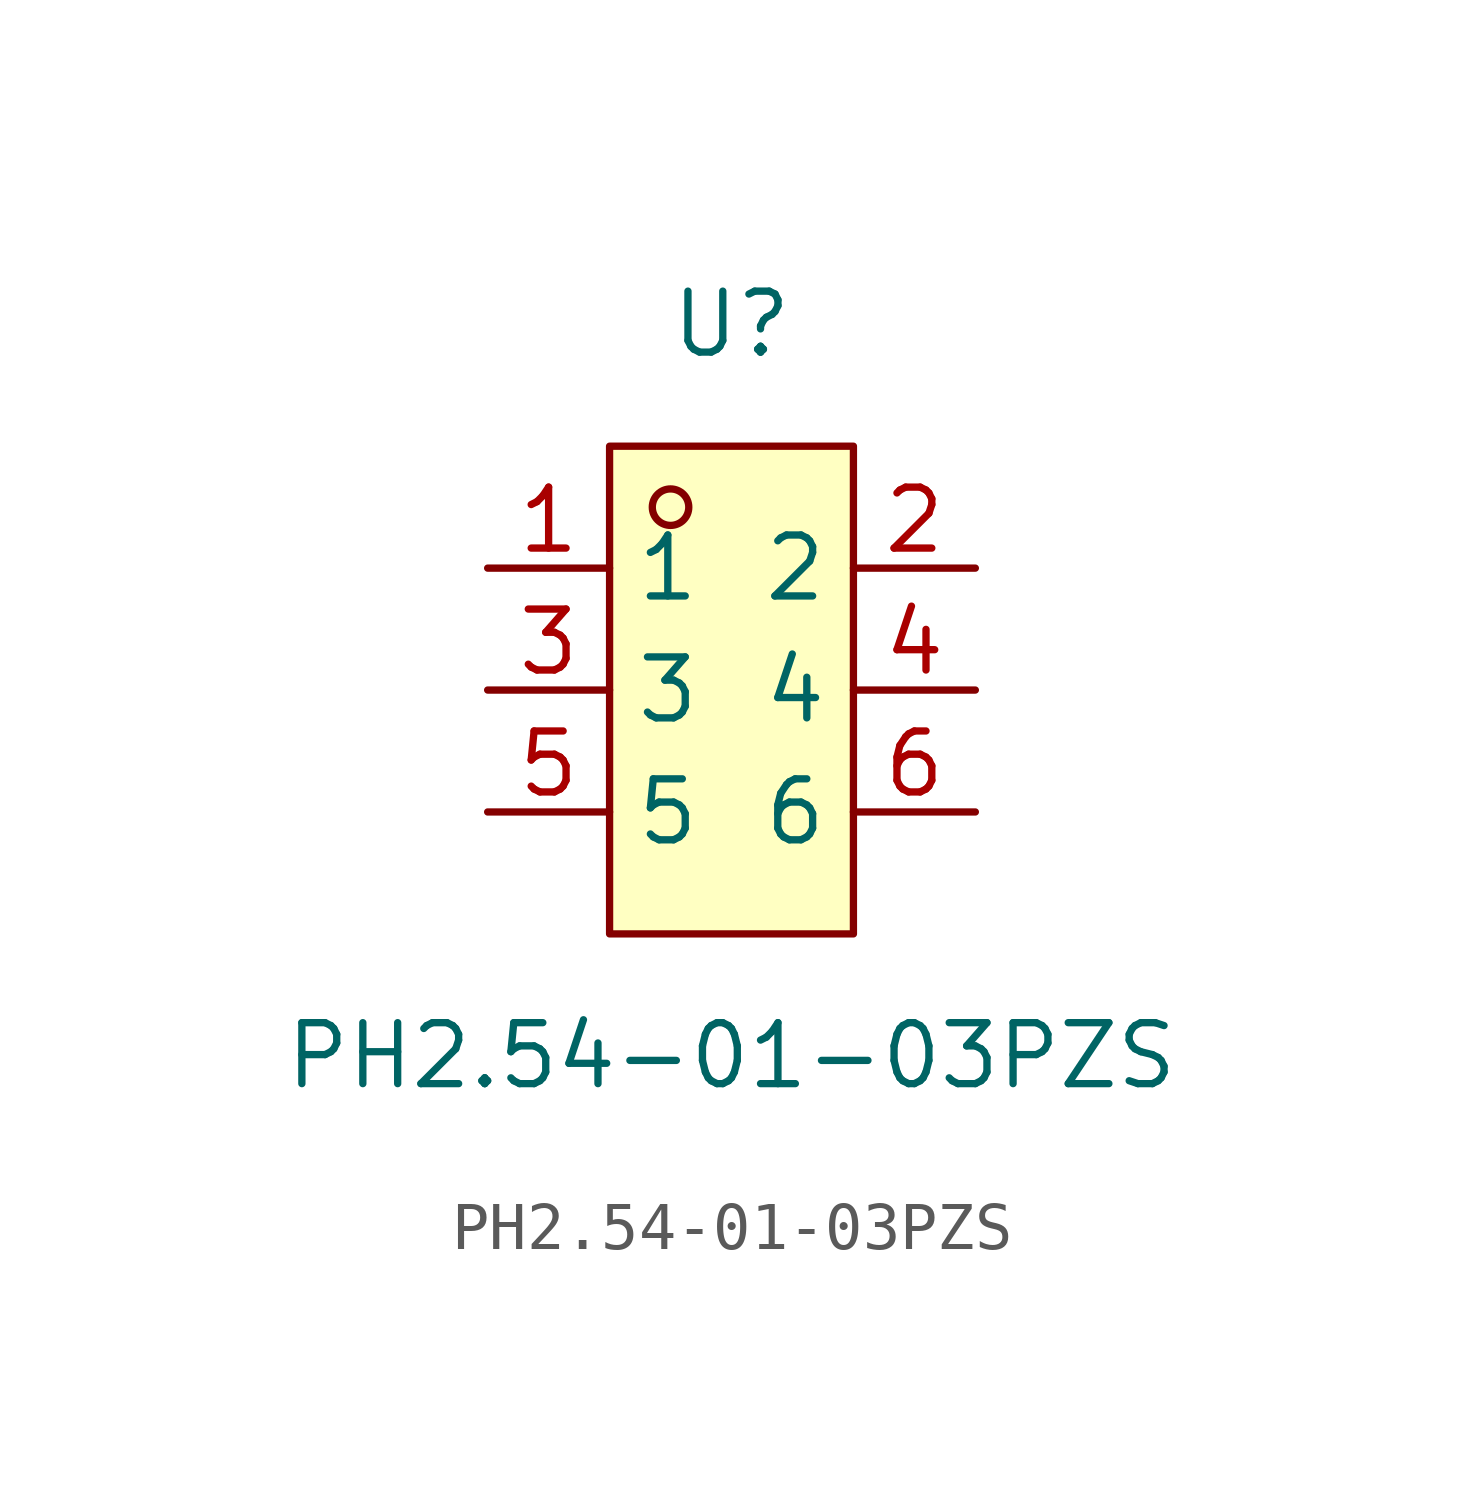
<source format=kicad_sym>
(kicad_symbol_lib
  (version 20211014)
  (generator https://github.com/uPesy/easyeda2kicad.py)
  (symbol "PH2.54-01-03PZS"
    (property "Reference" "U"
      (at 0 7.62 0)
      (effects (font (size 1.27 1.27))))
    (property "Value" "PH2.54-01-03PZS"
      (at 0 -7.62 0)
      (effects (font (size 1.27 1.27))))
    (symbol "PH2.54-01-03PZS_0_1"
      (rectangle (start -2.54 5.08) (end 2.54 -5.08) (stroke (width 0) (type default) (color 0 0 0 0)) (fill (type background)))
      (circle (center -1.27 3.81) (radius 0.38) (stroke (width 0) (type default) (color 0 0 0 0)) (fill (type none)))
      (pin unspecified line (at -5.08 2.54 0) (length 2.54) (name "1" (effects (font (size 1.27 1.27)))) (number "1" (effects (font (size 1.27 1.27)))))
      (pin unspecified line (at 5.08 -2.54 180) (length 2.54) (name "6" (effects (font (size 1.27 1.27)))) (number "6" (effects (font (size 1.27 1.27)))))
      (pin unspecified line (at -5.08 -0.00 0) (length 2.54) (name "3" (effects (font (size 1.27 1.27)))) (number "3" (effects (font (size 1.27 1.27)))))
      (pin unspecified line (at 5.08 -0.00 180) (length 2.54) (name "4" (effects (font (size 1.27 1.27)))) (number "4" (effects (font (size 1.27 1.27)))))
      (pin unspecified line (at -5.08 -2.54 0) (length 2.54) (name "5" (effects (font (size 1.27 1.27)))) (number "5" (effects (font (size 1.27 1.27)))))
      (pin unspecified line (at 5.08 2.54 180) (length 2.54) (name "2" (effects (font (size 1.27 1.27)))) (number "2" (effects (font (size 1.27 1.27))))))))
</source>
